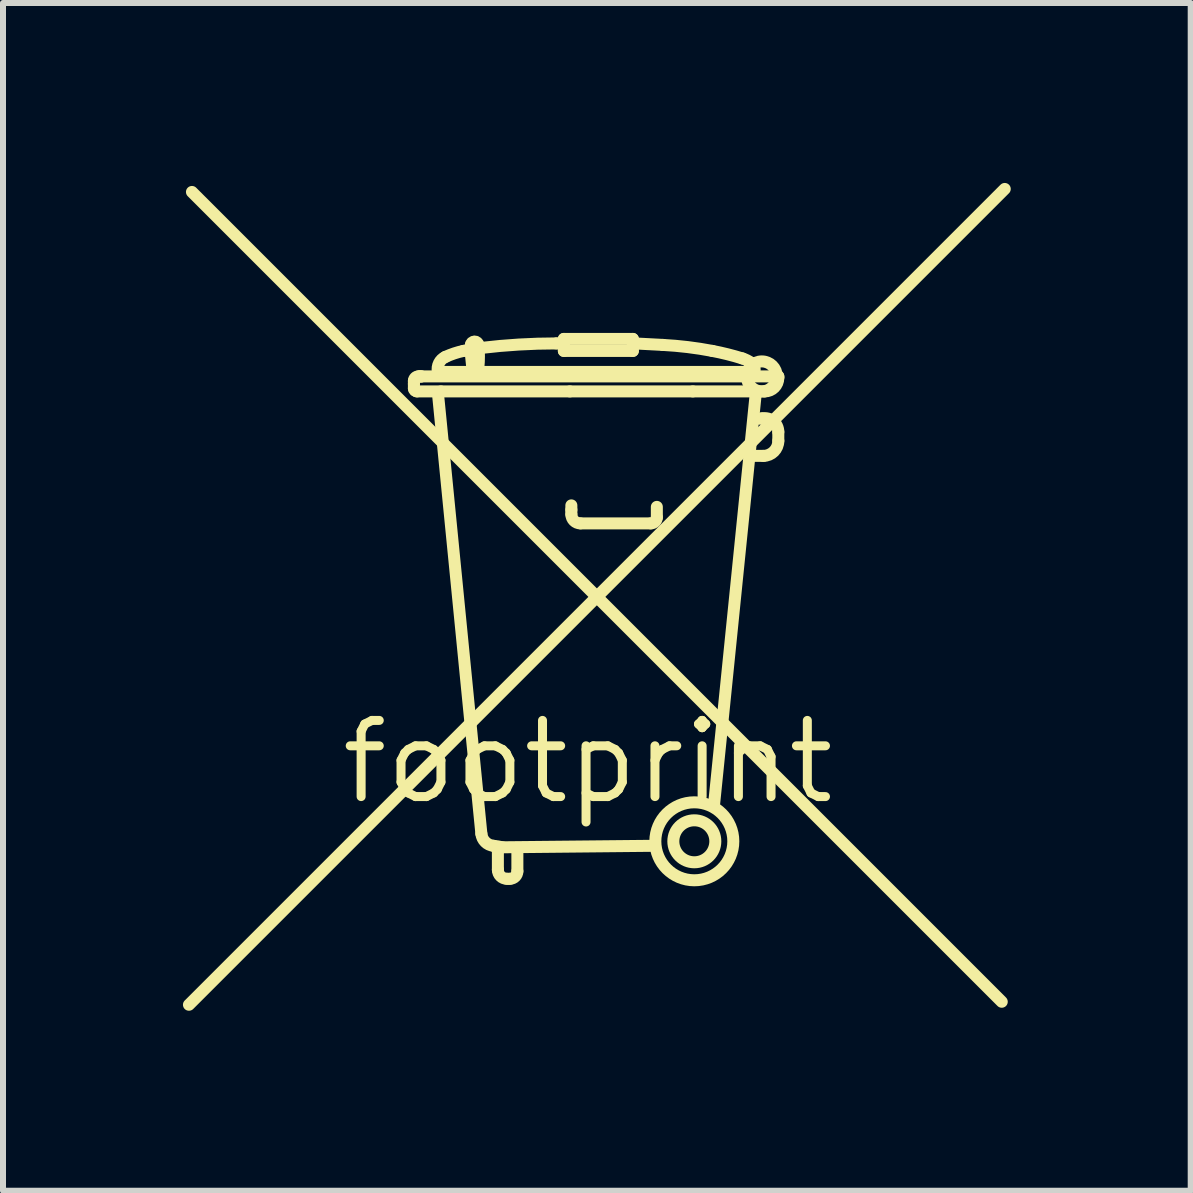
<source format=kicad_pcb>
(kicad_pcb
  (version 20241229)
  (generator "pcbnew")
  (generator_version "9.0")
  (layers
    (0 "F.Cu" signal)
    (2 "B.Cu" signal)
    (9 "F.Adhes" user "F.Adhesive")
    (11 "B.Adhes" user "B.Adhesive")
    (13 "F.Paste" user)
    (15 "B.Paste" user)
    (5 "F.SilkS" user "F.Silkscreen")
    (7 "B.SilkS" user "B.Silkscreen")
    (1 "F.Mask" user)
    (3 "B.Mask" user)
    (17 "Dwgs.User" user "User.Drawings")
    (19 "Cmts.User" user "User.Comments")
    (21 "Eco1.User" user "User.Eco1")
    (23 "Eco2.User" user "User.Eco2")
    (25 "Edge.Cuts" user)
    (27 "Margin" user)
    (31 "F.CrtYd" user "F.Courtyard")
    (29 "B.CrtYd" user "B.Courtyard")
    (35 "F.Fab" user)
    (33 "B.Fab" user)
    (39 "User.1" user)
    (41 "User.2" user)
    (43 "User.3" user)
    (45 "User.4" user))
  (footprint "footprint"
    (layer "F.Cu")
    (at 6.75 9.65)
    (property "Reference" "footprint" (at 0 0 0) (layer "F.SilkS") (effects (font (size 1.27 1.27) (thickness 0.15))))
    (fp_line (start -6.65 4.05) (end 6.95 -9.55) (stroke (width 0.2) (type solid)) (layer "F.SilkS"))
    (fp_line (start -6.6 -9.5) (end 6.9 4) (stroke (width 0.2) (type solid)) (layer "F.SilkS"))
    (fp_line (start -2.9 -6.3) (end -2.9 -6.35) (stroke (width 0.2) (type solid)) (layer "F.SilkS"))
    (fp_line (start -2.9 -6.225) (end -2.9 -6.3) (stroke (width 0.2) (type solid)) (layer "F.SilkS"))
    (fp_line (start -2.825 -6.425) (end -2.8 -6.425) (stroke (width 0.2) (type solid)) (layer "F.SilkS"))
    (fp_line (start -2.8 -6.425) (end -2.775 -6.425) (stroke (width 0.2) (type solid)) (layer "F.SilkS"))
    (fp_line (start -2.8 -6.425) (end -2.775 -6.425) (stroke (width 0.2) (type solid)) (layer "F.SilkS"))
    (fp_line (start -2.775 -6.425) (end 3.175 -6.425) (stroke (width 0.2) (type solid)) (layer "F.SilkS"))
    (fp_line (start -2.5 -6.15) (end -1.775 1.2) (stroke (width 0.2) (type solid)) (layer "F.SilkS"))
    (fp_line (start -2.45 -6.175) (end -2.85 -6.175) (stroke (width 0.2) (type solid)) (layer "F.SilkS"))
    (fp_line (start -1.925 -6.55) (end -1.95 -6.8) (stroke (width 0.2) (type solid)) (layer "F.SilkS"))
    (fp_line (start -1.5 1.475) (end -1.5 1.8) (stroke (width 0.2) (type solid)) (layer "F.SilkS"))
    (fp_line (start -1.425 1.425) (end 1.1 1.4) (stroke (width 0.2) (type solid)) (layer "F.SilkS"))
    (fp_line (start -1.35 1.95) (end -1.3 1.95) (stroke (width 0.2) (type solid)) (layer "F.SilkS"))
    (fp_line (start -1.175 1.825) (end -1.175 1.475) (stroke (width 0.2) (type solid)) (layer "F.SilkS"))
    (fp_line (start -0.4 -7.05) (end 0.75 -7.05) (stroke (width 0.2) (type solid)) (layer "F.SilkS"))
    (fp_line (start -0.4 -6.975) (end -0.525 -6.975) (stroke (width 0.2) (type solid)) (layer "F.SilkS"))
    (fp_line (start -0.4 -6.85) (end -0.4 -7.05) (stroke (width 0.2) (type solid)) (layer "F.SilkS"))
    (fp_line (start -0.3 -6.175) (end -2.45 -6.175) (stroke (width 0.2) (type solid)) (layer "F.SilkS"))
    (fp_line (start -0.275 -4.275) (end -0.275 -4.2) (stroke (width 0.2) (type solid)) (layer "F.SilkS"))
    (fp_line (start -0.275 -4.2) (end -0.275 -4.125) (stroke (width 0.2) (type solid)) (layer "F.SilkS"))
    (fp_line (start -0.125 -3.975) (end 1.05 -3.975) (stroke (width 0.2) (type solid)) (layer "F.SilkS"))
    (fp_line (start 0.75 -7.05) (end 0.75 -6.85) (stroke (width 0.2) (type solid)) (layer "F.SilkS"))
    (fp_line (start 0.75 -6.85) (end -0.4 -6.85) (stroke (width 0.2) (type solid)) (layer "F.SilkS"))
    (fp_line (start 0.775 -6.975) (end 1.25 -6.95) (stroke (width 0.2) (type solid)) (layer "F.SilkS"))
    (fp_line (start 1.15 -4.075) (end 1.15 -4.25) (stroke (width 0.2) (type solid)) (layer "F.SilkS"))
    (fp_line (start 1.75 -6.175) (end -0.3 -6.175) (stroke (width 0.2) (type solid)) (layer "F.SilkS"))
    (fp_line (start 2.1 0.75) (end 2.8 -6.15) (stroke (width 0.2) (type solid)) (layer "F.SilkS"))
    (fp_line (start 2.7 -6.5) (end -2.475 -6.5) (stroke (width 0.2) (type solid)) (layer "F.SilkS"))
    (fp_line (start 2.75 -5.1) (end 2.925 -5.1) (stroke (width 0.2) (type solid)) (layer "F.SilkS"))
    (fp_line (start 2.95 -6.175) (end 1.75 -6.175) (stroke (width 0.2) (type solid)) (layer "F.SilkS"))
    (fp_line (start 3.175 -6.425) (end 3.175 -6.4) (stroke (width 0.2) (type solid)) (layer "F.SilkS"))
    (fp_line (start 3.175 -5.35) (end 3.175 -5.5) (stroke (width 0.2) (type solid)) (layer "F.SilkS"))
    (fp_arc (start -2.9 -6.35) (mid -2.878033 -6.403033) (end -2.825 -6.425) (stroke (width 0.2) (type solid)) (layer "F.SilkS"))
    (fp_arc (start -2.85 -6.175) (mid -2.885355 -6.189645) (end -2.9 -6.225) (stroke (width 0.2) (type solid)) (layer "F.SilkS"))
    (fp_arc (start -2.5 -6.499998) (mid -2.481293 -6.646895) (end -2.375 -6.75) (stroke (width 0.2) (type solid)) (layer "F.SilkS"))
    (fp_arc (start -2.375 -6.75) (mid -2.227786 -6.808358) (end -2.075 -6.85) (stroke (width 0.2) (type solid)) (layer "F.SilkS"))
    (fp_arc (start -2.075 -6.85) (mid -1.925566 -6.878397) (end -1.775 -6.9) (stroke (width 0.2) (type solid)) (layer "F.SilkS"))
    (fp_arc (start -1.95 -6.95) (mid -1.887499 -7.006516) (end -1.825 -6.949998) (stroke (width 0.2) (type solid)) (layer "F.SilkS"))
    (fp_arc (start -1.95 -6.8) (mid -1.953741 -6.875) (end -1.95 -6.95) (stroke (width 0.2) (type solid)) (layer "F.SilkS"))
    (fp_arc (start -1.825 -6.95) (mid -1.815574 -6.7625) (end -1.825 -6.575) (stroke (width 0.2) (type solid)) (layer "F.SilkS"))
    (fp_arc (start -1.775 -6.9) (mid -1.151124 -6.956233) (end -0.525 -6.975) (stroke (width 0.2) (type solid)) (layer "F.SilkS"))
    (fp_arc (start -1.575 1.4) (mid -1.499582 1.409995) (end -1.425 1.425) (stroke (width 0.2) (type solid)) (layer "F.SilkS"))
    (fp_arc (start -1.574998 1.4) (mid -1.710768 1.33577) (end -1.775 1.2) (stroke (width 0.2) (type solid)) (layer "F.SilkS"))
    (fp_arc (start -1.35 1.95) (mid -1.456066 1.906066) (end -1.5 1.8) (stroke (width 0.2) (type solid)) (layer "F.SilkS"))
    (fp_arc (start -1.175 1.825) (mid -1.211612 1.913388) (end -1.3 1.95) (stroke (width 0.2) (type solid)) (layer "F.SilkS"))
    (fp_arc (start -0.124999 -3.974999) (mid -0.231066 -4.018933) (end -0.275 -4.125) (stroke (width 0.2) (type solid)) (layer "F.SilkS"))
    (fp_arc (start 1.15 -4.075) (mid 1.120711 -4.004289) (end 1.05 -3.975) (stroke (width 0.2) (type solid)) (layer "F.SilkS"))
    (fp_arc (start 1.25 -6.95) (mid 1.664202 -6.91404) (end 2.075 -6.85) (stroke (width 0.2) (type solid)) (layer "F.SilkS"))
    (fp_arc (start 2.075 -6.85) (mid 2.32676 -6.79454) (end 2.575 -6.725) (stroke (width 0.2) (type solid)) (layer "F.SilkS"))
    (fp_arc (start 2.575 -6.725) (mid 2.653052 -6.693604) (end 2.725 -6.65) (stroke (width 0.2) (type solid)) (layer "F.SilkS"))
    (fp_arc (start 2.725 -6.65) (mid 2.774148 -6.583048) (end 2.775 -6.499998) (stroke (width 0.2) (type solid)) (layer "F.SilkS"))
    (fp_arc (start 2.899998 -5.724999) (mid 3.09081 -5.677658) (end 3.175 -5.5) (stroke (width 0.2) (type solid)) (layer "F.SilkS"))
    (fp_arc (start 2.9 -5.725) (mid 2.85 -5.719996) (end 2.8 -5.725) (stroke (width 0.2) (type solid)) (layer "F.SilkS"))
    (fp_arc (start 3.175 -6.4) (mid 3.109099 -6.240901) (end 2.95 -6.175) (stroke (width 0.2) (type solid)) (layer "F.SilkS"))
    (fp_arc (start 3.175 -5.35) (mid 3.101777 -5.173223) (end 2.925 -5.1) (stroke (width 0.2) (type solid)) (layer "F.SilkS"))
    (fp_circle (center 1.775 1.325) (end 2.125 1.325) (stroke (width 0.2) (type solid)) (fill no) (layer "F.SilkS"))
    (fp_circle (center 1.775 1.325) (end 2.425 1.325) (stroke (width 0.2) (type solid)) (fill no) (layer "F.SilkS"))
    (fp_circle (center 2.9 -6.425) (end 3.15 -6.425) (stroke (width 0.2) (type solid)) (fill no) (layer "F.SilkS")))
  (gr_rect
    (start -3 -3)
    (end 16.8 16.8)
    (stroke (width 0.1) (type default))
    (fill no)
    (layer "Edge.Cuts")))
</source>
